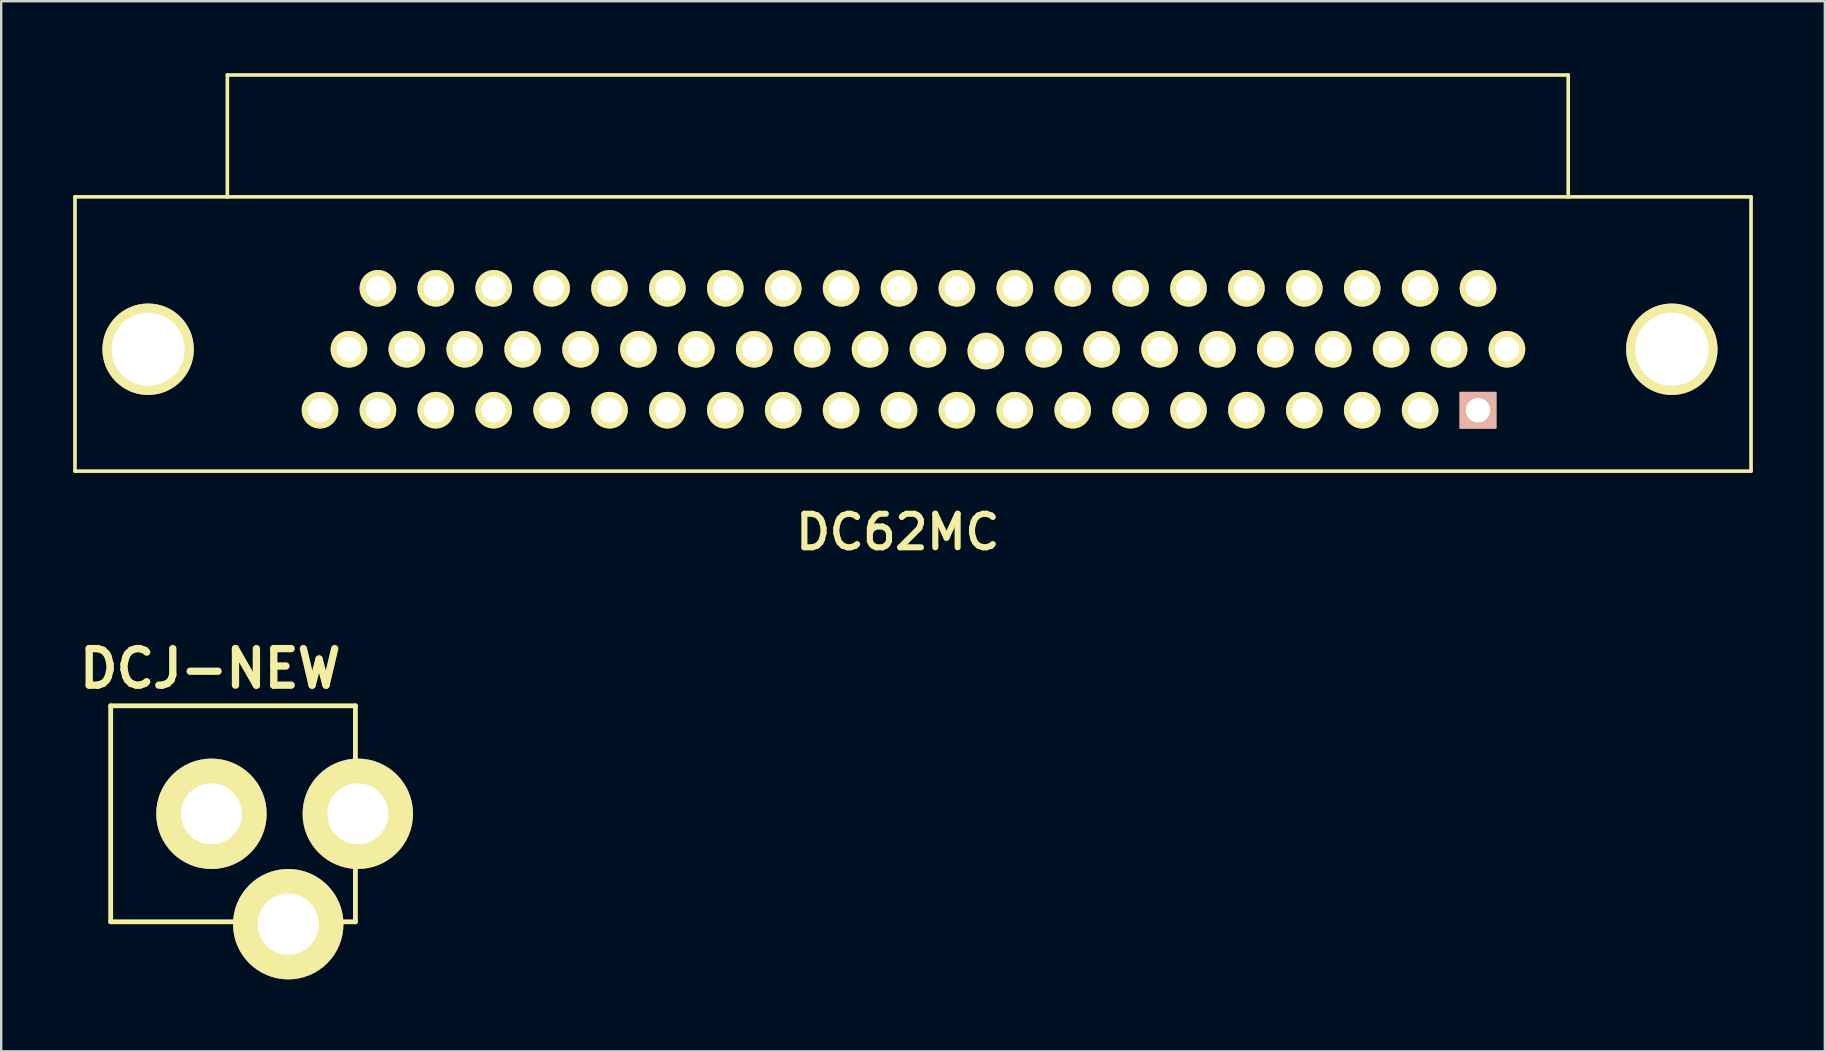
<source format=kicad_pcb>
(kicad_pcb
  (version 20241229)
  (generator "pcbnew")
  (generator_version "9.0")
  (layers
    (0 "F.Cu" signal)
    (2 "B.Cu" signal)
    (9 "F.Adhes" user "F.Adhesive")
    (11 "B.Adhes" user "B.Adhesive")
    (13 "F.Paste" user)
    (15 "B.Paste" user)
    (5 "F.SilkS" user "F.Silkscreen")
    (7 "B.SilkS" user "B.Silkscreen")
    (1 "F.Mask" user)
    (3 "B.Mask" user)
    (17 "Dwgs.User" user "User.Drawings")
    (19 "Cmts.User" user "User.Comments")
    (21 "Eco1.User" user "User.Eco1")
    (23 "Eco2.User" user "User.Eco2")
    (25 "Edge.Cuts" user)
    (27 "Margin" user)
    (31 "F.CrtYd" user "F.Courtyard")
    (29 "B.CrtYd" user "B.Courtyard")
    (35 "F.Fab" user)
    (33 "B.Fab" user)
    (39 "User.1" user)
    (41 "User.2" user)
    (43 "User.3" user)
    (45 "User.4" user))
  (footprint "DC62MC"
    (layer "F.Cu")
    (at 33.095 11.505)
    (property "Reference" "DC62MC" (at 1.27 7.62 0) (layer "F.SilkS") (effects (font (size 1.397 1.397) (thickness 0.254))))
    (attr through_hole)
    (fp_line (start -33.02 -6.35) (end -33.02 5.08) (stroke (width 0.15) (type solid)) (layer "F.SilkS"))
    (fp_line (start -33.02 5.08) (end 36.83 5.08) (stroke (width 0.15) (type solid)) (layer "F.SilkS"))
    (fp_line (start -26.67 -11.43) (end 29.21 -11.43) (stroke (width 0.15) (type solid)) (layer "F.SilkS"))
    (fp_line (start -26.67 -6.35) (end -26.67 -11.43) (stroke (width 0.15) (type solid)) (layer "F.SilkS"))
    (fp_line (start 29.21 -11.43) (end 29.21 -6.35) (stroke (width 0.15) (type solid)) (layer "F.SilkS"))
    (fp_line (start 36.83 -6.35) (end -33.02 -6.35) (stroke (width 0.15) (type solid)) (layer "F.SilkS"))
    (fp_line (start 36.83 5.08) (end 36.83 -6.35) (stroke (width 0.15) (type solid)) (layer "F.SilkS"))
    (pad "1" thru_hole rect (at 25.451 2.54) (size 1.524 1.524) (drill 1.016) (layers "*.Cu" "*.SilkS" "*.Mask"))
    (pad "2" thru_hole circle (at 23.038 2.54) (size 1.524 1.524) (drill 1.016) (layers "*.Cu" "*.Mask" "F.SilkS"))
    (pad "3" thru_hole circle (at 20.625 2.54) (size 1.524 1.524) (drill 1.016) (layers "*.Cu" "*.Mask" "F.SilkS"))
    (pad "4" thru_hole circle (at 18.212 2.54) (size 1.524 1.524) (drill 1.016) (layers "*.Cu" "*.Mask" "F.SilkS"))
    (pad "5" thru_hole circle (at 15.799 2.54) (size 1.524 1.524) (drill 1.016) (layers "*.Cu" "*.Mask" "F.SilkS"))
    (pad "6" thru_hole circle (at 13.386 2.54) (size 1.524 1.524) (drill 1.016) (layers "*.Cu" "*.Mask" "F.SilkS"))
    (pad "7" thru_hole circle (at 10.973 2.54) (size 1.524 1.524) (drill 1.016) (layers "*.Cu" "*.Mask" "F.SilkS"))
    (pad "8" thru_hole circle (at 8.56 2.54) (size 1.524 1.524) (drill 1.016) (layers "*.Cu" "*.Mask" "F.SilkS"))
    (pad "9" thru_hole circle (at 6.147 2.54) (size 1.524 1.524) (drill 1.016) (layers "*.Cu" "*.Mask" "F.SilkS"))
    (pad "10" thru_hole circle (at 3.734 2.54) (size 1.524 1.524) (drill 1.016) (layers "*.Cu" "*.Mask" "F.SilkS"))
    (pad "11" thru_hole circle (at 1.321 2.54) (size 1.524 1.524) (drill 1.016) (layers "*.Cu" "*.Mask" "F.SilkS"))
    (pad "12" thru_hole circle (at -1.092 2.54) (size 1.524 1.524) (drill 1.016) (layers "*.Cu" "*.Mask" "F.SilkS"))
    (pad "13" thru_hole circle (at -3.505 2.54) (size 1.524 1.524) (drill 1.016) (layers "*.Cu" "*.Mask" "F.SilkS"))
    (pad "14" thru_hole circle (at -5.918 2.54) (size 1.524 1.524) (drill 1.016) (layers "*.Cu" "*.Mask" "F.SilkS"))
    (pad "15" thru_hole circle (at -8.331 2.54) (size 1.524 1.524) (drill 1.016) (layers "*.Cu" "*.Mask" "F.SilkS"))
    (pad "16" thru_hole circle (at -10.744 2.54) (size 1.524 1.524) (drill 1.016) (layers "*.Cu" "*.Mask" "F.SilkS"))
    (pad "17" thru_hole circle (at -13.157 2.54) (size 1.524 1.524) (drill 1.016) (layers "*.Cu" "*.Mask" "F.SilkS"))
    (pad "18" thru_hole circle (at -15.57 2.54) (size 1.524 1.524) (drill 1.016) (layers "*.Cu" "*.Mask" "F.SilkS"))
    (pad "19" thru_hole circle (at -17.983 2.54) (size 1.524 1.524) (drill 1.016) (layers "*.Cu" "*.Mask" "F.SilkS"))
    (pad "20" thru_hole circle (at -20.396 2.54) (size 1.524 1.524) (drill 1.016) (layers "*.Cu" "*.Mask" "F.SilkS"))
    (pad "21" thru_hole circle (at -22.809 2.54) (size 1.524 1.524) (drill 1.016) (layers "*.Cu" "*.Mask" "F.SilkS"))
    (pad "22" thru_hole circle (at 26.657 0) (size 1.524 1.524) (drill 1.016) (layers "*.Cu" "*.Mask" "F.SilkS"))
    (pad "23" thru_hole circle (at 24.244 0) (size 1.524 1.524) (drill 1.016) (layers "*.Cu" "*.Mask" "F.SilkS"))
    (pad "24" thru_hole circle (at 21.831 0) (size 1.524 1.524) (drill 1.016) (layers "*.Cu" "*.Mask" "F.SilkS"))
    (pad "25" thru_hole circle (at 19.418 0) (size 1.524 1.524) (drill 1.016) (layers "*.Cu" "*.Mask" "F.SilkS"))
    (pad "26" thru_hole circle (at 17.005 0) (size 1.524 1.524) (drill 1.016) (layers "*.Cu" "*.Mask" "F.SilkS"))
    (pad "27" thru_hole circle (at 14.592 0) (size 1.524 1.524) (drill 1.016) (layers "*.Cu" "*.Mask" "F.SilkS"))
    (pad "28" thru_hole circle (at 12.179 0) (size 1.524 1.524) (drill 1.016) (layers "*.Cu" "*.Mask" "F.SilkS"))
    (pad "29" thru_hole circle (at 9.766 0) (size 1.524 1.524) (drill 1.016) (layers "*.Cu" "*.Mask" "F.SilkS"))
    (pad "30" thru_hole circle (at 7.353 0) (size 1.524 1.524) (drill 1.016) (layers "*.Cu" "*.Mask" "F.SilkS"))
    (pad "31" thru_hole circle (at 4.94 0.076) (size 1.524 1.524) (drill 1.016) (layers "*.Cu" "*.Mask" "F.SilkS"))
    (pad "32" thru_hole circle (at 2.527 0) (size 1.524 1.524) (drill 1.016) (layers "*.Cu" "*.Mask" "F.SilkS"))
    (pad "33" thru_hole circle (at 0.114 0) (size 1.524 1.524) (drill 1.016) (layers "*.Cu" "*.Mask" "F.SilkS"))
    (pad "34" thru_hole circle (at -2.299 0) (size 1.524 1.524) (drill 1.016) (layers "*.Cu" "*.Mask" "F.SilkS"))
    (pad "35" thru_hole circle (at -4.712 0) (size 1.524 1.524) (drill 1.016) (layers "*.Cu" "*.Mask" "F.SilkS"))
    (pad "36" thru_hole circle (at -7.125 0) (size 1.524 1.524) (drill 1.016) (layers "*.Cu" "*.Mask" "F.SilkS"))
    (pad "37" thru_hole circle (at -9.538 0) (size 1.524 1.524) (drill 1.016) (layers "*.Cu" "*.Mask" "F.SilkS"))
    (pad "38" thru_hole circle (at -11.951 0) (size 1.524 1.524) (drill 1.016) (layers "*.Cu" "*.Mask" "F.SilkS"))
    (pad "39" thru_hole circle (at -14.364 0) (size 1.524 1.524) (drill 1.016) (layers "*.Cu" "*.Mask" "F.SilkS"))
    (pad "40" thru_hole circle (at -16.777 0) (size 1.524 1.524) (drill 1.016) (layers "*.Cu" "*.Mask" "F.SilkS"))
    (pad "41" thru_hole circle (at -19.19 0) (size 1.524 1.524) (drill 1.016) (layers "*.Cu" "*.Mask" "F.SilkS"))
    (pad "42" thru_hole circle (at -21.603 0) (size 1.524 1.524) (drill 1.016) (layers "*.Cu" "*.Mask" "F.SilkS"))
    (pad "43" thru_hole circle (at 25.451 -2.54) (size 1.524 1.524) (drill 1.016) (layers "*.Cu" "*.Mask" "F.SilkS"))
    (pad "44" thru_hole circle (at 23.038 -2.54) (size 1.524 1.524) (drill 1.016) (layers "*.Cu" "*.Mask" "F.SilkS"))
    (pad "45" thru_hole circle (at 20.625 -2.54) (size 1.524 1.524) (drill 1.016) (layers "*.Cu" "*.Mask" "F.SilkS"))
    (pad "46" thru_hole circle (at 18.212 -2.54) (size 1.524 1.524) (drill 1.016) (layers "*.Cu" "*.Mask" "F.SilkS"))
    (pad "47" thru_hole circle (at 15.799 -2.54) (size 1.524 1.524) (drill 1.016) (layers "*.Cu" "*.Mask" "F.SilkS"))
    (pad "48" thru_hole circle (at 13.386 -2.54) (size 1.524 1.524) (drill 1.016) (layers "*.Cu" "*.Mask" "F.SilkS"))
    (pad "49" thru_hole circle (at 10.973 -2.54) (size 1.524 1.524) (drill 1.016) (layers "*.Cu" "*.Mask" "F.SilkS"))
    (pad "50" thru_hole circle (at 8.56 -2.54) (size 1.524 1.524) (drill 1.016) (layers "*.Cu" "*.Mask" "F.SilkS"))
    (pad "51" thru_hole circle (at 6.147 -2.54) (size 1.524 1.524) (drill 1.016) (layers "*.Cu" "*.Mask" "F.SilkS"))
    (pad "52" thru_hole circle (at 3.734 -2.54) (size 1.524 1.524) (drill 1.016) (layers "*.Cu" "*.Mask" "F.SilkS"))
    (pad "53" thru_hole circle (at 1.321 -2.54) (size 1.524 1.524) (drill 1.016) (layers "*.Cu" "*.Mask" "F.SilkS"))
    (pad "54" thru_hole circle (at -1.092 -2.54) (size 1.524 1.524) (drill 1.016) (layers "*.Cu" "*.Mask" "F.SilkS"))
    (pad "55" thru_hole circle (at -3.505 -2.54) (size 1.524 1.524) (drill 1.016) (layers "*.Cu" "*.Mask" "F.SilkS"))
    (pad "56" thru_hole circle (at -5.918 -2.54) (size 1.524 1.524) (drill 1.016) (layers "*.Cu" "*.Mask" "F.SilkS"))
    (pad "57" thru_hole circle (at -8.331 -2.54) (size 1.524 1.524) (drill 1.016) (layers "*.Cu" "*.Mask" "F.SilkS"))
    (pad "58" thru_hole circle (at -10.744 -2.54) (size 1.524 1.524) (drill 1.016) (layers "*.Cu" "*.Mask" "F.SilkS"))
    (pad "59" thru_hole circle (at -13.157 -2.54) (size 1.524 1.524) (drill 1.016) (layers "*.Cu" "*.Mask" "F.SilkS"))
    (pad "60" thru_hole circle (at -15.57 -2.54) (size 1.524 1.524) (drill 1.016) (layers "*.Cu" "*.Mask" "F.SilkS"))
    (pad "61" thru_hole circle (at -17.983 -2.54) (size 1.524 1.524) (drill 1.016) (layers "*.Cu" "*.Mask" "F.SilkS"))
    (pad "62" thru_hole circle (at -20.396 -2.54) (size 1.524 1.524) (drill 1.016) (layers "*.Cu" "*.Mask" "F.SilkS"))
    (pad "?" thru_hole circle (at -29.972 0) (size 3.81 3.81) (drill 3.048) (layers "*.Cu" "*.Mask" "F.SilkS"))
    (pad "?" thru_hole circle (at 33.528 0) (size 3.81 3.81) (drill 3.048) (layers "*.Cu" "*.Mask" "F.SilkS")))
  (footprint "DCJ-NEW"
    (layer "F.Cu")
    (at 5.762 30.865)
    (property "Reference" "DCJ-NEW" (at -0.051 -6.05 0) (layer "F.SilkS") (effects (font (size 1.524 1.524) (thickness 0.305))))
    (attr through_hole)
    (fp_line (start -4.2 -4.5) (end 6 -4.5) (stroke (width 0.2) (type solid)) (layer "F.SilkS"))
    (fp_line (start -4.2 4.5) (end -4.2 -4.5) (stroke (width 0.2) (type solid)) (layer "F.SilkS"))
    (fp_line (start -4.2 4.5) (end 6 4.5) (stroke (width 0.2) (type solid)) (layer "F.SilkS"))
    (fp_line (start 6 -4.5) (end 6 4.5) (stroke (width 0.2) (type solid)) (layer "F.SilkS"))
    (pad "1" thru_hole circle (at 6.1 0) (size 4.6 4.6) (drill 2.54) (layers "*.Cu" "*.Mask" "F.SilkS"))
    (pad "2" thru_hole circle (at 0 0) (size 4.6 4.6) (drill 2.54) (layers "*.Cu" "*.Mask" "F.SilkS"))
    (pad "3" thru_hole circle (at 3.2 4.6) (size 4.6 4.6) (drill 2.54) (layers "*.Cu" "*.Mask" "F.SilkS")))
  (gr_rect
    (start -3 -3)
    (end 73 40.765)
    (stroke (width 0.1) (type default))
    (fill no)
    (layer "Edge.Cuts")))
</source>
